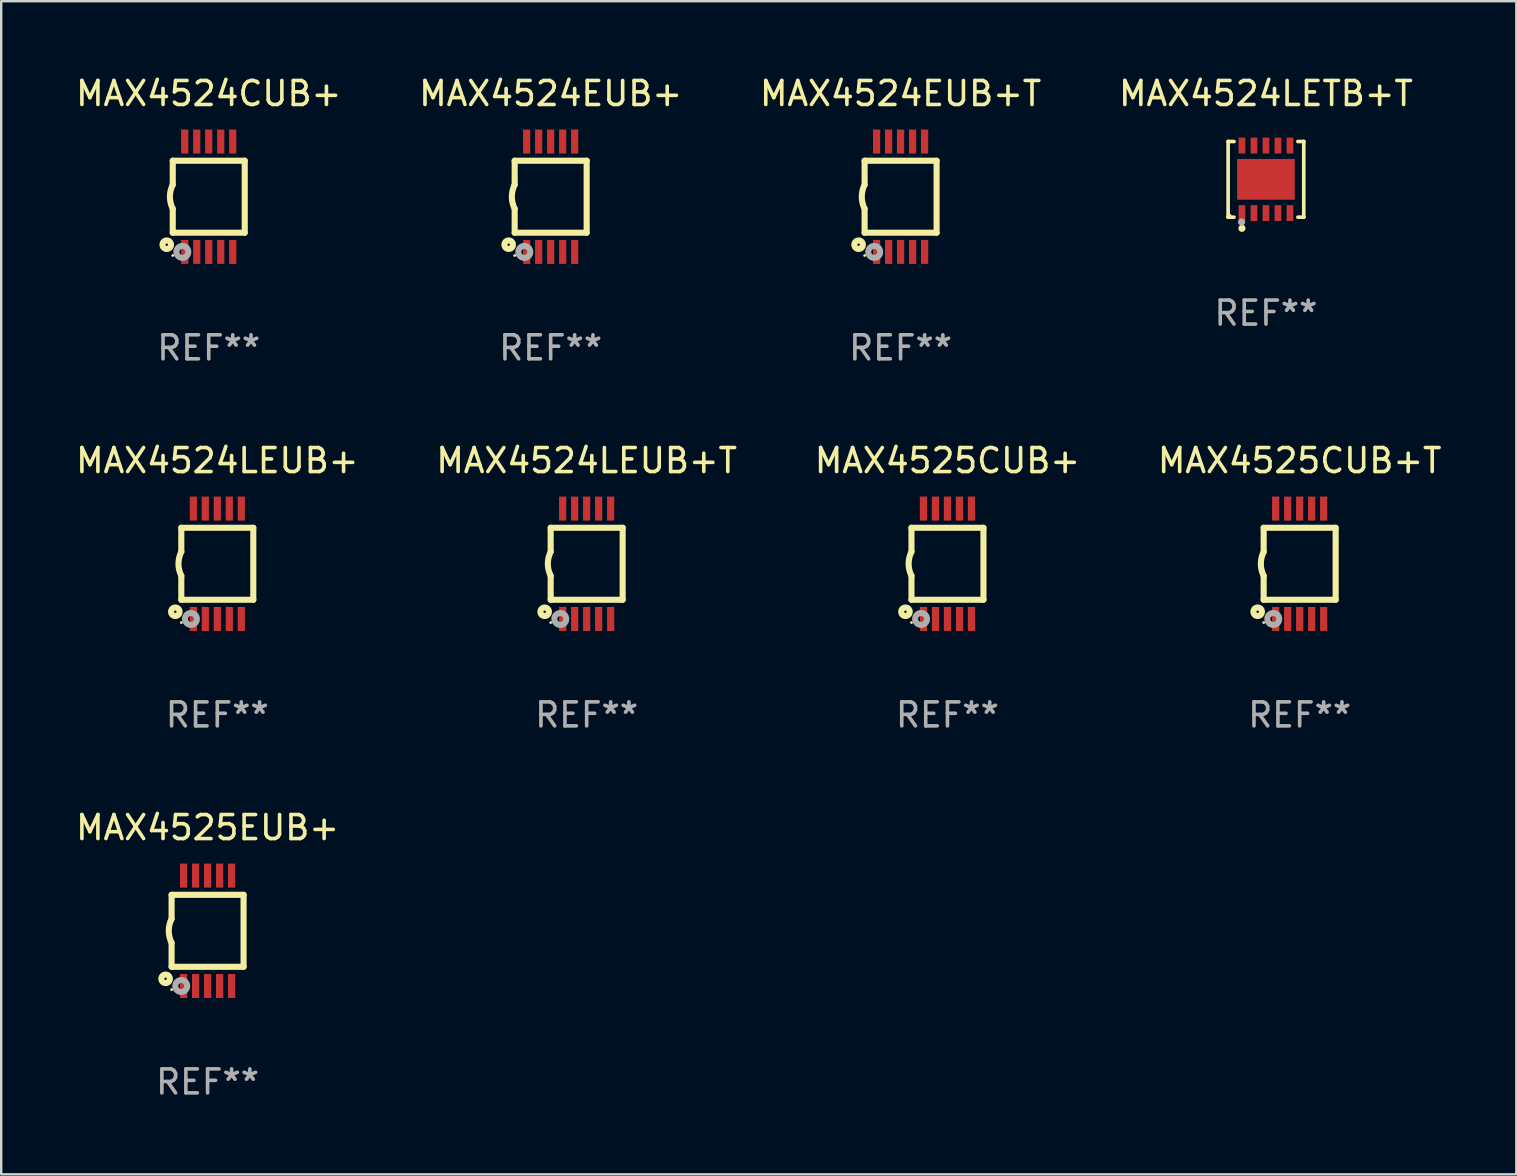
<source format=kicad_pcb>
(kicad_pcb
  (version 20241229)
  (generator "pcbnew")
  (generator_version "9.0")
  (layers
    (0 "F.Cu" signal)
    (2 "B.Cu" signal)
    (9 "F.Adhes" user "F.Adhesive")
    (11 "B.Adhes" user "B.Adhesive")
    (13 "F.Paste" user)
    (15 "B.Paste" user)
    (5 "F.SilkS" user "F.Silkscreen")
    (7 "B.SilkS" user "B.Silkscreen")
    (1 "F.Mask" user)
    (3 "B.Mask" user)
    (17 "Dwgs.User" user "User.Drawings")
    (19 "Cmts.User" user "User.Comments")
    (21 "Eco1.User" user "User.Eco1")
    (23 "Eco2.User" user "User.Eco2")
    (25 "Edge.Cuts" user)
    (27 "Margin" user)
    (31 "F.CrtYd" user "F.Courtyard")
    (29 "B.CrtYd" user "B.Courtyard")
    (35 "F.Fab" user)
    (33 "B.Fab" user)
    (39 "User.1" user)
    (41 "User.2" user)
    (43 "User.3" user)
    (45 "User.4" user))
  (footprint "MAX4525CUB+T"
    (layer "F.Cu")
    (at 51.113 20.445)
    (property "Reference" "MAX4525CUB+T" (at 0 -4.3 0) (layer "F.SilkS") (effects (font (size 1 1) (thickness 0.15))))
    (attr through_hole)
    (fp_line (start -1.5 -1.5) (end -1.5 -0.5) (stroke (width 0.254) (type solid)) (layer "F.SilkS"))
    (fp_line (start -1.5 1.5) (end -1.5 0.5) (stroke (width 0.254) (type solid)) (layer "F.SilkS"))
    (fp_line (start -1.5 1.5) (end 1.5 1.5) (stroke (width 0.254) (type solid)) (layer "F.SilkS"))
    (fp_line (start 1.5 1.5) (end 1.5 -1.5) (stroke (width 0.254) (type solid)) (layer "F.SilkS"))
    (fp_line (start 1.5 -1.5) (end -1.5 -1.5) (stroke (width 0.254) (type solid)) (layer "F.SilkS"))
    (fp_arc (start -1.500165 0.5) (mid -1.618199 0) (end -1.500165 -0.5) (stroke (width 0.254001) (type solid)) (layer "F.SilkS"))
    (fp_circle (center -1.75 2) (end -1.573 2) (stroke (width 0.254) (type solid)) (fill no) (layer "F.SilkS"))
    (fp_circle (center -1.499 2.45) (end -1.469 2.45) (stroke (width 0.06) (type solid)) (fill no) (layer "F.SilkS"))
    (fp_circle (center -1.099 2.3) (end -0.975 2.3) (stroke (width 0.25) (type solid)) (fill no) (layer "F.Fab"))
    (fp_text user "REF**" (at 0 6.3 0) (layer "F.Fab") (effects (font (size 1 1) (thickness 0.15))))
    (pad "1" smd rect (at -0.999 2.3 180) (size 0.3 1) (layers "F.Cu" "F.Mask" "F.Paste"))
    (pad "2" smd rect (at -0.499 2.3 180) (size 0.3 1) (layers "F.Cu" "F.Mask" "F.Paste"))
    (pad "3" smd rect (at 0.001 2.3 180) (size 0.3 1) (layers "F.Cu" "F.Mask" "F.Paste"))
    (pad "4" smd rect (at 0.501 2.3 180) (size 0.3 1) (layers "F.Cu" "F.Mask" "F.Paste"))
    (pad "5" smd rect (at 1.001 2.3 180) (size 0.3 1) (layers "F.Cu" "F.Mask" "F.Paste"))
    (pad "6" smd rect (at 1 -2.3 180) (size 0.3 1) (layers "F.Cu" "F.Mask" "F.Paste"))
    (pad "7" smd rect (at 0.5 -2.3 180) (size 0.3 1) (layers "F.Cu" "F.Mask" "F.Paste"))
    (pad "8" smd rect (at -0.000165 -2.3 180) (size 0.3 1) (layers "F.Cu" "F.Mask" "F.Paste"))
    (pad "9" smd rect (at -0.5 -2.3 180) (size 0.3 1) (layers "F.Cu" "F.Mask" "F.Paste"))
    (pad "10" smd rect (at -1 -2.3 180) (size 0.3 1) (layers "F.Cu" "F.Mask" "F.Paste")))
  (footprint "MAX4524EUB+"
    (layer "F.Cu")
    (at 19.899 5.148)
    (property "Reference" "MAX4524EUB+" (at 0 -4.3 0) (layer "F.SilkS") (effects (font (size 1 1) (thickness 0.15))))
    (attr through_hole)
    (fp_line (start -1.5 -1.5) (end -1.5 -0.5) (stroke (width 0.254) (type solid)) (layer "F.SilkS"))
    (fp_line (start -1.5 1.5) (end -1.5 0.5) (stroke (width 0.254) (type solid)) (layer "F.SilkS"))
    (fp_line (start -1.5 1.5) (end 1.5 1.5) (stroke (width 0.254) (type solid)) (layer "F.SilkS"))
    (fp_line (start 1.5 1.5) (end 1.5 -1.5) (stroke (width 0.254) (type solid)) (layer "F.SilkS"))
    (fp_line (start 1.5 -1.5) (end -1.5 -1.5) (stroke (width 0.254) (type solid)) (layer "F.SilkS"))
    (fp_arc (start -1.500165 0.5) (mid -1.618199 0) (end -1.500165 -0.5) (stroke (width 0.254001) (type solid)) (layer "F.SilkS"))
    (fp_circle (center -1.75 2) (end -1.573 2) (stroke (width 0.254) (type solid)) (fill no) (layer "F.SilkS"))
    (fp_circle (center -1.499 2.45) (end -1.469 2.45) (stroke (width 0.06) (type solid)) (fill no) (layer "F.SilkS"))
    (fp_circle (center -1.099 2.3) (end -0.975 2.3) (stroke (width 0.25) (type solid)) (fill no) (layer "F.Fab"))
    (fp_text user "REF**" (at 0 6.3 0) (layer "F.Fab") (effects (font (size 1 1) (thickness 0.15))))
    (pad "1" smd rect (at -0.999 2.3 180) (size 0.3 1) (layers "F.Cu" "F.Mask" "F.Paste"))
    (pad "2" smd rect (at -0.499 2.3 180) (size 0.3 1) (layers "F.Cu" "F.Mask" "F.Paste"))
    (pad "3" smd rect (at 0.001 2.3 180) (size 0.3 1) (layers "F.Cu" "F.Mask" "F.Paste"))
    (pad "4" smd rect (at 0.501 2.3 180) (size 0.3 1) (layers "F.Cu" "F.Mask" "F.Paste"))
    (pad "5" smd rect (at 1.001 2.3 180) (size 0.3 1) (layers "F.Cu" "F.Mask" "F.Paste"))
    (pad "6" smd rect (at 1 -2.3 180) (size 0.3 1) (layers "F.Cu" "F.Mask" "F.Paste"))
    (pad "7" smd rect (at 0.5 -2.3 180) (size 0.3 1) (layers "F.Cu" "F.Mask" "F.Paste"))
    (pad "8" smd rect (at -0.000165 -2.3 180) (size 0.3 1) (layers "F.Cu" "F.Mask" "F.Paste"))
    (pad "9" smd rect (at -0.5 -2.3 180) (size 0.3 1) (layers "F.Cu" "F.Mask" "F.Paste"))
    (pad "10" smd rect (at -1 -2.3 180) (size 0.3 1) (layers "F.Cu" "F.Mask" "F.Paste")))
  (footprint "MAX4524EUB+T"
    (layer "F.Cu")
    (at 34.482 5.148)
    (property "Reference" "MAX4524EUB+T" (at 0 -4.3 0) (layer "F.SilkS") (effects (font (size 1 1) (thickness 0.15))))
    (attr through_hole)
    (fp_line (start -1.5 -1.5) (end -1.5 -0.5) (stroke (width 0.254) (type solid)) (layer "F.SilkS"))
    (fp_line (start -1.5 1.5) (end -1.5 0.5) (stroke (width 0.254) (type solid)) (layer "F.SilkS"))
    (fp_line (start -1.5 1.5) (end 1.5 1.5) (stroke (width 0.254) (type solid)) (layer "F.SilkS"))
    (fp_line (start 1.5 1.5) (end 1.5 -1.5) (stroke (width 0.254) (type solid)) (layer "F.SilkS"))
    (fp_line (start 1.5 -1.5) (end -1.5 -1.5) (stroke (width 0.254) (type solid)) (layer "F.SilkS"))
    (fp_arc (start -1.500165 0.5) (mid -1.618199 0) (end -1.500165 -0.5) (stroke (width 0.254001) (type solid)) (layer "F.SilkS"))
    (fp_circle (center -1.75 2) (end -1.573 2) (stroke (width 0.254) (type solid)) (fill no) (layer "F.SilkS"))
    (fp_circle (center -1.499 2.45) (end -1.469 2.45) (stroke (width 0.06) (type solid)) (fill no) (layer "F.SilkS"))
    (fp_circle (center -1.099 2.3) (end -0.975 2.3) (stroke (width 0.25) (type solid)) (fill no) (layer "F.Fab"))
    (fp_text user "REF**" (at 0 6.3 0) (layer "F.Fab") (effects (font (size 1 1) (thickness 0.15))))
    (pad "1" smd rect (at -0.999 2.3 180) (size 0.3 1) (layers "F.Cu" "F.Mask" "F.Paste"))
    (pad "2" smd rect (at -0.499 2.3 180) (size 0.3 1) (layers "F.Cu" "F.Mask" "F.Paste"))
    (pad "3" smd rect (at 0.001 2.3 180) (size 0.3 1) (layers "F.Cu" "F.Mask" "F.Paste"))
    (pad "4" smd rect (at 0.501 2.3 180) (size 0.3 1) (layers "F.Cu" "F.Mask" "F.Paste"))
    (pad "5" smd rect (at 1.001 2.3 180) (size 0.3 1) (layers "F.Cu" "F.Mask" "F.Paste"))
    (pad "6" smd rect (at 1 -2.3 180) (size 0.3 1) (layers "F.Cu" "F.Mask" "F.Paste"))
    (pad "7" smd rect (at 0.5 -2.3 180) (size 0.3 1) (layers "F.Cu" "F.Mask" "F.Paste"))
    (pad "8" smd rect (at -0.000165 -2.3 180) (size 0.3 1) (layers "F.Cu" "F.Mask" "F.Paste"))
    (pad "9" smd rect (at -0.5 -2.3 180) (size 0.3 1) (layers "F.Cu" "F.Mask" "F.Paste"))
    (pad "10" smd rect (at -1 -2.3 180) (size 0.3 1) (layers "F.Cu" "F.Mask" "F.Paste")))
  (footprint "MAX4524LETB+T"
    (layer "F.Cu")
    (at 49.708 4.424)
    (property "Reference" "MAX4524LETB+T" (at 0 -3.576 0) (layer "F.SilkS") (effects (font (size 1 1) (thickness 0.15))))
    (attr through_hole)
    (fp_line (start -1.576 -1.576) (end -1.576 -1.576) (stroke (width 0.152) (type solid)) (layer "F.SilkS"))
    (fp_line (start -1.576 -1.576) (end -1.331 -1.576) (stroke (width 0.152) (type solid)) (layer "F.SilkS"))
    (fp_line (start -1.576 1.576) (end -1.576 -1.576) (stroke (width 0.152) (type solid)) (layer "F.SilkS"))
    (fp_line (start -1.576 1.576) (end -1.576 1.576) (stroke (width 0.152) (type solid)) (layer "F.SilkS"))
    (fp_line (start -1.331 1.576) (end -1.576 1.576) (stroke (width 0.152) (type solid)) (layer "F.SilkS"))
    (fp_line (start 1.331 1.576) (end 1.576 1.576) (stroke (width 0.152) (type solid)) (layer "F.SilkS"))
    (fp_line (start 1.576 -1.576) (end 1.331 -1.576) (stroke (width 0.152) (type solid)) (layer "F.SilkS"))
    (fp_line (start 1.576 -1.576) (end 1.576 -1.576) (stroke (width 0.152) (type solid)) (layer "F.SilkS"))
    (fp_line (start 1.576 1.576) (end 1.576 -1.576) (stroke (width 0.152) (type solid)) (layer "F.SilkS"))
    (fp_line (start 1.576 1.576) (end 1.576 1.576) (stroke (width 0.152) (type solid)) (layer "F.SilkS"))
    (fp_circle (center -1.5 1.5) (end -1.47 1.5) (stroke (width 0.06) (type solid)) (fill no) (layer "F.SilkS"))
    (fp_circle (center -1 2.04) (end -0.925 2.04) (stroke (width 0.15) (type solid)) (fill no) (layer "F.SilkS"))
    (fp_circle (center -1.016 1.778) (end -0.941 1.778) (stroke (width 0.15) (type solid)) (fill no) (layer "F.Fab"))
    (fp_text user "REF**" (at 0 5.576 0) (layer "F.Fab") (effects (font (size 1 1) (thickness 0.15))))
    (pad "1" smd rect (at -1 1.407) (size 0.28 0.665) (layers "F.Cu" "F.Mask" "F.Paste"))
    (pad "2" smd rect (at -0.5 1.407) (size 0.28 0.665) (layers "F.Cu" "F.Mask" "F.Paste"))
    (pad "3" smd rect (at 0 1.407) (size 0.28 0.665) (layers "F.Cu" "F.Mask" "F.Paste"))
    (pad "4" smd rect (at 0.5 1.407) (size 0.28 0.665) (layers "F.Cu" "F.Mask" "F.Paste"))
    (pad "5" smd rect (at 1 1.407) (size 0.28 0.665) (layers "F.Cu" "F.Mask" "F.Paste"))
    (pad "6" smd rect (at 1 -1.407) (size 0.28 0.665) (layers "F.Cu" "F.Mask" "F.Paste"))
    (pad "7" smd rect (at 0.5 -1.407) (size 0.28 0.665) (layers "F.Cu" "F.Mask" "F.Paste"))
    (pad "8" smd rect (at 0 -1.407) (size 0.28 0.665) (layers "F.Cu" "F.Mask" "F.Paste"))
    (pad "9" smd rect (at -0.5 -1.407) (size 0.28 0.665) (layers "F.Cu" "F.Mask" "F.Paste"))
    (pad "10" smd rect (at -1 -1.407) (size 0.28 0.665) (layers "F.Cu" "F.Mask" "F.Paste"))
    (pad "11" smd rect (at 0 0) (size 2.4 1.7) (layers "F.Cu" "F.Mask" "F.Paste")))
  (footprint "MAX4525EUB+"
    (layer "F.Cu")
    (at 5.601 35.741)
    (property "Reference" "MAX4525EUB+" (at 0 -4.3 0) (layer "F.SilkS") (effects (font (size 1 1) (thickness 0.15))))
    (attr through_hole)
    (fp_line (start -1.5 -1.5) (end -1.5 -0.5) (stroke (width 0.254) (type solid)) (layer "F.SilkS"))
    (fp_line (start -1.5 1.5) (end -1.5 0.5) (stroke (width 0.254) (type solid)) (layer "F.SilkS"))
    (fp_line (start -1.5 1.5) (end 1.5 1.5) (stroke (width 0.254) (type solid)) (layer "F.SilkS"))
    (fp_line (start 1.5 1.5) (end 1.5 -1.5) (stroke (width 0.254) (type solid)) (layer "F.SilkS"))
    (fp_line (start 1.5 -1.5) (end -1.5 -1.5) (stroke (width 0.254) (type solid)) (layer "F.SilkS"))
    (fp_arc (start -1.500165 0.5) (mid -1.618199 0) (end -1.500165 -0.5) (stroke (width 0.254001) (type solid)) (layer "F.SilkS"))
    (fp_circle (center -1.75 2) (end -1.573 2) (stroke (width 0.254) (type solid)) (fill no) (layer "F.SilkS"))
    (fp_circle (center -1.499 2.45) (end -1.469 2.45) (stroke (width 0.06) (type solid)) (fill no) (layer "F.SilkS"))
    (fp_circle (center -1.099 2.3) (end -0.975 2.3) (stroke (width 0.25) (type solid)) (fill no) (layer "F.Fab"))
    (fp_text user "REF**" (at 0 6.3 0) (layer "F.Fab") (effects (font (size 1 1) (thickness 0.15))))
    (pad "1" smd rect (at -0.999 2.3 180) (size 0.3 1) (layers "F.Cu" "F.Mask" "F.Paste"))
    (pad "2" smd rect (at -0.499 2.3 180) (size 0.3 1) (layers "F.Cu" "F.Mask" "F.Paste"))
    (pad "3" smd rect (at 0.001 2.3 180) (size 0.3 1) (layers "F.Cu" "F.Mask" "F.Paste"))
    (pad "4" smd rect (at 0.501 2.3 180) (size 0.3 1) (layers "F.Cu" "F.Mask" "F.Paste"))
    (pad "5" smd rect (at 1.001 2.3 180) (size 0.3 1) (layers "F.Cu" "F.Mask" "F.Paste"))
    (pad "6" smd rect (at 1 -2.3 180) (size 0.3 1) (layers "F.Cu" "F.Mask" "F.Paste"))
    (pad "7" smd rect (at 0.5 -2.3 180) (size 0.3 1) (layers "F.Cu" "F.Mask" "F.Paste"))
    (pad "8" smd rect (at -0.000165 -2.3 180) (size 0.3 1) (layers "F.Cu" "F.Mask" "F.Paste"))
    (pad "9" smd rect (at -0.5 -2.3 180) (size 0.3 1) (layers "F.Cu" "F.Mask" "F.Paste"))
    (pad "10" smd rect (at -1 -2.3 180) (size 0.3 1) (layers "F.Cu" "F.Mask" "F.Paste")))
  (footprint "MAX4524LEUB+"
    (layer "F.Cu")
    (at 6.006 20.445)
    (property "Reference" "MAX4524LEUB+" (at 0 -4.3 0) (layer "F.SilkS") (effects (font (size 1 1) (thickness 0.15))))
    (attr through_hole)
    (fp_line (start -1.5 -1.5) (end -1.5 -0.5) (stroke (width 0.254) (type solid)) (layer "F.SilkS"))
    (fp_line (start -1.5 1.5) (end -1.5 0.5) (stroke (width 0.254) (type solid)) (layer "F.SilkS"))
    (fp_line (start -1.5 1.5) (end 1.5 1.5) (stroke (width 0.254) (type solid)) (layer "F.SilkS"))
    (fp_line (start 1.5 1.5) (end 1.5 -1.5) (stroke (width 0.254) (type solid)) (layer "F.SilkS"))
    (fp_line (start 1.5 -1.5) (end -1.5 -1.5) (stroke (width 0.254) (type solid)) (layer "F.SilkS"))
    (fp_arc (start -1.500165 0.5) (mid -1.618199 0) (end -1.500165 -0.5) (stroke (width 0.254001) (type solid)) (layer "F.SilkS"))
    (fp_circle (center -1.75 2) (end -1.573 2) (stroke (width 0.254) (type solid)) (fill no) (layer "F.SilkS"))
    (fp_circle (center -1.499 2.45) (end -1.469 2.45) (stroke (width 0.06) (type solid)) (fill no) (layer "F.SilkS"))
    (fp_circle (center -1.099 2.3) (end -0.975 2.3) (stroke (width 0.25) (type solid)) (fill no) (layer "F.Fab"))
    (fp_text user "REF**" (at 0 6.3 0) (layer "F.Fab") (effects (font (size 1 1) (thickness 0.15))))
    (pad "1" smd rect (at -0.999 2.3 180) (size 0.3 1) (layers "F.Cu" "F.Mask" "F.Paste"))
    (pad "2" smd rect (at -0.499 2.3 180) (size 0.3 1) (layers "F.Cu" "F.Mask" "F.Paste"))
    (pad "3" smd rect (at 0.001 2.3 180) (size 0.3 1) (layers "F.Cu" "F.Mask" "F.Paste"))
    (pad "4" smd rect (at 0.501 2.3 180) (size 0.3 1) (layers "F.Cu" "F.Mask" "F.Paste"))
    (pad "5" smd rect (at 1.001 2.3 180) (size 0.3 1) (layers "F.Cu" "F.Mask" "F.Paste"))
    (pad "6" smd rect (at 1 -2.3 180) (size 0.3 1) (layers "F.Cu" "F.Mask" "F.Paste"))
    (pad "7" smd rect (at 0.5 -2.3 180) (size 0.3 1) (layers "F.Cu" "F.Mask" "F.Paste"))
    (pad "8" smd rect (at -0.000165 -2.3 180) (size 0.3 1) (layers "F.Cu" "F.Mask" "F.Paste"))
    (pad "9" smd rect (at -0.5 -2.3 180) (size 0.3 1) (layers "F.Cu" "F.Mask" "F.Paste"))
    (pad "10" smd rect (at -1 -2.3 180) (size 0.3 1) (layers "F.Cu" "F.Mask" "F.Paste")))
  (footprint "MAX4525CUB+"
    (layer "F.Cu")
    (at 36.435 20.445)
    (property "Reference" "MAX4525CUB+" (at 0 -4.3 0) (layer "F.SilkS") (effects (font (size 1 1) (thickness 0.15))))
    (attr through_hole)
    (fp_line (start -1.5 -1.5) (end -1.5 -0.5) (stroke (width 0.254) (type solid)) (layer "F.SilkS"))
    (fp_line (start -1.5 1.5) (end -1.5 0.5) (stroke (width 0.254) (type solid)) (layer "F.SilkS"))
    (fp_line (start -1.5 1.5) (end 1.5 1.5) (stroke (width 0.254) (type solid)) (layer "F.SilkS"))
    (fp_line (start 1.5 1.5) (end 1.5 -1.5) (stroke (width 0.254) (type solid)) (layer "F.SilkS"))
    (fp_line (start 1.5 -1.5) (end -1.5 -1.5) (stroke (width 0.254) (type solid)) (layer "F.SilkS"))
    (fp_arc (start -1.500165 0.5) (mid -1.618199 0) (end -1.500165 -0.5) (stroke (width 0.254001) (type solid)) (layer "F.SilkS"))
    (fp_circle (center -1.75 2) (end -1.573 2) (stroke (width 0.254) (type solid)) (fill no) (layer "F.SilkS"))
    (fp_circle (center -1.499 2.45) (end -1.469 2.45) (stroke (width 0.06) (type solid)) (fill no) (layer "F.SilkS"))
    (fp_circle (center -1.099 2.3) (end -0.975 2.3) (stroke (width 0.25) (type solid)) (fill no) (layer "F.Fab"))
    (fp_text user "REF**" (at 0 6.3 0) (layer "F.Fab") (effects (font (size 1 1) (thickness 0.15))))
    (pad "1" smd rect (at -0.999 2.3 180) (size 0.3 1) (layers "F.Cu" "F.Mask" "F.Paste"))
    (pad "2" smd rect (at -0.499 2.3 180) (size 0.3 1) (layers "F.Cu" "F.Mask" "F.Paste"))
    (pad "3" smd rect (at 0.001 2.3 180) (size 0.3 1) (layers "F.Cu" "F.Mask" "F.Paste"))
    (pad "4" smd rect (at 0.501 2.3 180) (size 0.3 1) (layers "F.Cu" "F.Mask" "F.Paste"))
    (pad "5" smd rect (at 1.001 2.3 180) (size 0.3 1) (layers "F.Cu" "F.Mask" "F.Paste"))
    (pad "6" smd rect (at 1 -2.3 180) (size 0.3 1) (layers "F.Cu" "F.Mask" "F.Paste"))
    (pad "7" smd rect (at 0.5 -2.3 180) (size 0.3 1) (layers "F.Cu" "F.Mask" "F.Paste"))
    (pad "8" smd rect (at -0.000165 -2.3 180) (size 0.3 1) (layers "F.Cu" "F.Mask" "F.Paste"))
    (pad "9" smd rect (at -0.5 -2.3 180) (size 0.3 1) (layers "F.Cu" "F.Mask" "F.Paste"))
    (pad "10" smd rect (at -1 -2.3 180) (size 0.3 1) (layers "F.Cu" "F.Mask" "F.Paste")))
  (footprint "MAX4524LEUB+T"
    (layer "F.Cu")
    (at 21.399 20.445)
    (property "Reference" "MAX4524LEUB+T" (at 0 -4.3 0) (layer "F.SilkS") (effects (font (size 1 1) (thickness 0.15))))
    (attr through_hole)
    (fp_line (start -1.5 -1.5) (end -1.5 -0.5) (stroke (width 0.254) (type solid)) (layer "F.SilkS"))
    (fp_line (start -1.5 1.5) (end -1.5 0.5) (stroke (width 0.254) (type solid)) (layer "F.SilkS"))
    (fp_line (start -1.5 1.5) (end 1.5 1.5) (stroke (width 0.254) (type solid)) (layer "F.SilkS"))
    (fp_line (start 1.5 1.5) (end 1.5 -1.5) (stroke (width 0.254) (type solid)) (layer "F.SilkS"))
    (fp_line (start 1.5 -1.5) (end -1.5 -1.5) (stroke (width 0.254) (type solid)) (layer "F.SilkS"))
    (fp_arc (start -1.500165 0.5) (mid -1.618199 0) (end -1.500165 -0.5) (stroke (width 0.254001) (type solid)) (layer "F.SilkS"))
    (fp_circle (center -1.75 2) (end -1.573 2) (stroke (width 0.254) (type solid)) (fill no) (layer "F.SilkS"))
    (fp_circle (center -1.499 2.45) (end -1.469 2.45) (stroke (width 0.06) (type solid)) (fill no) (layer "F.SilkS"))
    (fp_circle (center -1.099 2.3) (end -0.975 2.3) (stroke (width 0.25) (type solid)) (fill no) (layer "F.Fab"))
    (fp_text user "REF**" (at 0 6.3 0) (layer "F.Fab") (effects (font (size 1 1) (thickness 0.15))))
    (pad "1" smd rect (at -0.999 2.3 180) (size 0.3 1) (layers "F.Cu" "F.Mask" "F.Paste"))
    (pad "2" smd rect (at -0.499 2.3 180) (size 0.3 1) (layers "F.Cu" "F.Mask" "F.Paste"))
    (pad "3" smd rect (at 0.001 2.3 180) (size 0.3 1) (layers "F.Cu" "F.Mask" "F.Paste"))
    (pad "4" smd rect (at 0.501 2.3 180) (size 0.3 1) (layers "F.Cu" "F.Mask" "F.Paste"))
    (pad "5" smd rect (at 1.001 2.3 180) (size 0.3 1) (layers "F.Cu" "F.Mask" "F.Paste"))
    (pad "6" smd rect (at 1 -2.3 180) (size 0.3 1) (layers "F.Cu" "F.Mask" "F.Paste"))
    (pad "7" smd rect (at 0.5 -2.3 180) (size 0.3 1) (layers "F.Cu" "F.Mask" "F.Paste"))
    (pad "8" smd rect (at -0.000165 -2.3 180) (size 0.3 1) (layers "F.Cu" "F.Mask" "F.Paste"))
    (pad "9" smd rect (at -0.5 -2.3 180) (size 0.3 1) (layers "F.Cu" "F.Mask" "F.Paste"))
    (pad "10" smd rect (at -1 -2.3 180) (size 0.3 1) (layers "F.Cu" "F.Mask" "F.Paste")))
  (footprint "MAX4524CUB+"
    (layer "F.Cu")
    (at 5.649 5.148)
    (property "Reference" "MAX4524CUB+" (at 0 -4.3 0) (layer "F.SilkS") (effects (font (size 1 1) (thickness 0.15))))
    (attr through_hole)
    (fp_line (start -1.5 -1.5) (end -1.5 -0.5) (stroke (width 0.254) (type solid)) (layer "F.SilkS"))
    (fp_line (start -1.5 1.5) (end -1.5 0.5) (stroke (width 0.254) (type solid)) (layer "F.SilkS"))
    (fp_line (start -1.5 1.5) (end 1.5 1.5) (stroke (width 0.254) (type solid)) (layer "F.SilkS"))
    (fp_line (start 1.5 1.5) (end 1.5 -1.5) (stroke (width 0.254) (type solid)) (layer "F.SilkS"))
    (fp_line (start 1.5 -1.5) (end -1.5 -1.5) (stroke (width 0.254) (type solid)) (layer "F.SilkS"))
    (fp_arc (start -1.500165 0.5) (mid -1.618199 0) (end -1.500165 -0.5) (stroke (width 0.254001) (type solid)) (layer "F.SilkS"))
    (fp_circle (center -1.75 2) (end -1.573 2) (stroke (width 0.254) (type solid)) (fill no) (layer "F.SilkS"))
    (fp_circle (center -1.499 2.45) (end -1.469 2.45) (stroke (width 0.06) (type solid)) (fill no) (layer "F.SilkS"))
    (fp_circle (center -1.099 2.3) (end -0.975 2.3) (stroke (width 0.25) (type solid)) (fill no) (layer "F.Fab"))
    (fp_text user "REF**" (at 0 6.3 0) (layer "F.Fab") (effects (font (size 1 1) (thickness 0.15))))
    (pad "1" smd rect (at -0.999 2.3 180) (size 0.3 1) (layers "F.Cu" "F.Mask" "F.Paste"))
    (pad "2" smd rect (at -0.499 2.3 180) (size 0.3 1) (layers "F.Cu" "F.Mask" "F.Paste"))
    (pad "3" smd rect (at 0.001 2.3 180) (size 0.3 1) (layers "F.Cu" "F.Mask" "F.Paste"))
    (pad "4" smd rect (at 0.501 2.3 180) (size 0.3 1) (layers "F.Cu" "F.Mask" "F.Paste"))
    (pad "5" smd rect (at 1.001 2.3 180) (size 0.3 1) (layers "F.Cu" "F.Mask" "F.Paste"))
    (pad "6" smd rect (at 1 -2.3 180) (size 0.3 1) (layers "F.Cu" "F.Mask" "F.Paste"))
    (pad "7" smd rect (at 0.5 -2.3 180) (size 0.3 1) (layers "F.Cu" "F.Mask" "F.Paste"))
    (pad "8" smd rect (at -0.000165 -2.3 180) (size 0.3 1) (layers "F.Cu" "F.Mask" "F.Paste"))
    (pad "9" smd rect (at -0.5 -2.3 180) (size 0.3 1) (layers "F.Cu" "F.Mask" "F.Paste"))
    (pad "10" smd rect (at -1 -2.3 180) (size 0.3 1) (layers "F.Cu" "F.Mask" "F.Paste")))
  (gr_rect
    (start -3 -3)
    (end 60.143 45.889)
    (stroke (width 0.1) (type default))
    (fill no)
    (layer "Edge.Cuts")))
</source>
